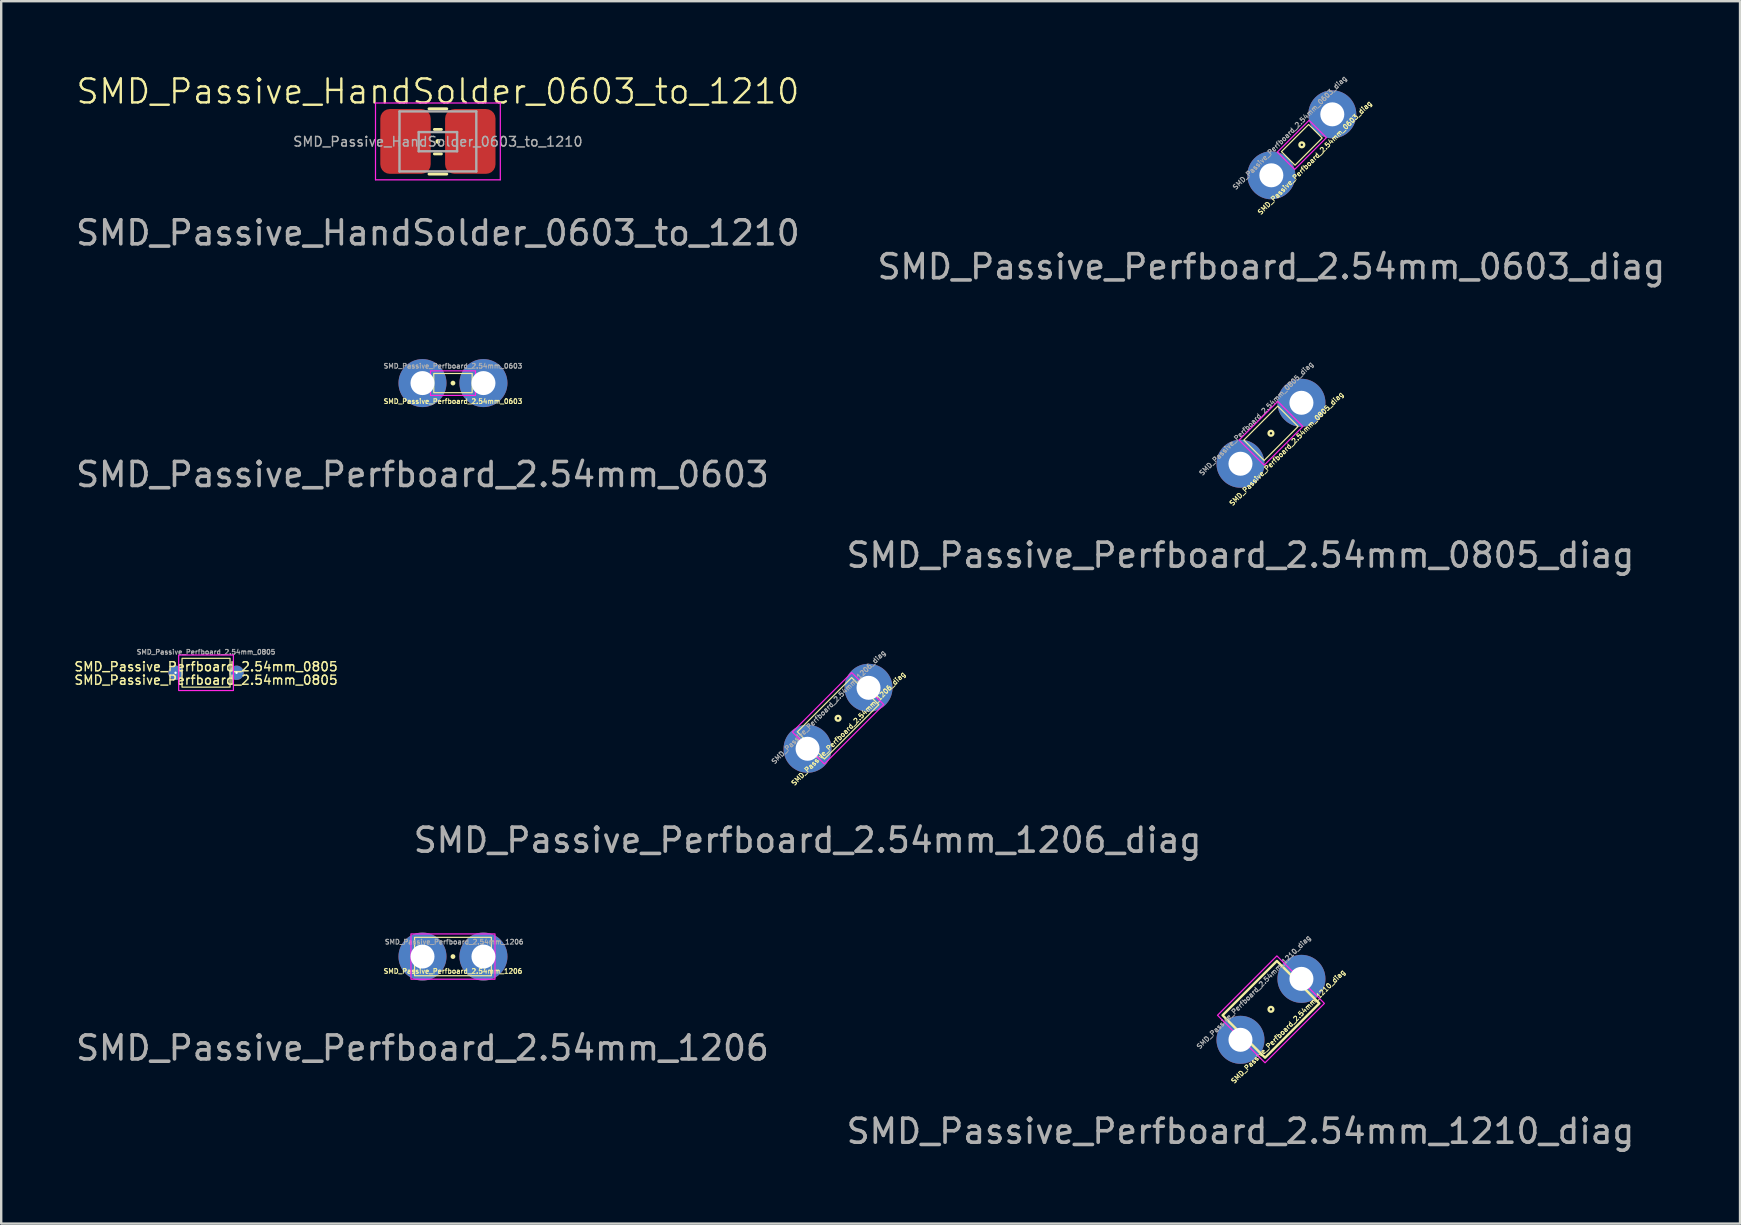
<source format=kicad_pcb>
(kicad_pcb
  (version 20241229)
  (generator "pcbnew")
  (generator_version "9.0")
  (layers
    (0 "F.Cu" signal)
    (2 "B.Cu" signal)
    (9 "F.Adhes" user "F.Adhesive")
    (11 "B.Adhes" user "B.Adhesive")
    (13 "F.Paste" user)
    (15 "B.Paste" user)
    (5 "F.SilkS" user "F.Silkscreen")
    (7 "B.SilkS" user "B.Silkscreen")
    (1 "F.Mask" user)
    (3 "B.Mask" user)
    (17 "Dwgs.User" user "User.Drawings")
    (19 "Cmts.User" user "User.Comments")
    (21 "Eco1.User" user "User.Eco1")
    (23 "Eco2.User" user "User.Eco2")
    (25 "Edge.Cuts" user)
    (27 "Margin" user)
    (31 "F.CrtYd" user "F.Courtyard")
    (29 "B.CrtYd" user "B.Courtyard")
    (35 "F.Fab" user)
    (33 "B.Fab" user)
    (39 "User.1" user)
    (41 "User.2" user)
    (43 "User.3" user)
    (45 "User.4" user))
  (footprint "SMD_Passive_Perfboard_2.54mm_1206"
    (layer "F.Cu")
    (at 14.554 36.807)
    (property "Reference" "SMD_Passive_Perfboard_2.54mm_1206" (at 1.27 0.61 0) (unlocked yes) (layer "F.SilkS") (effects (font (size 0.2 0.2) (thickness 0.04) (bold yes))))
    (attr smd)
    (fp_rect (start -0.33 -0.8) (end 2.87 0.8) (stroke (width 0.05) (type default)) (fill no) (layer "F.SilkS"))
    (fp_circle (center 1.27 0) (end 1.32 0) (stroke (width 0.1) (type default)) (fill no) (layer "F.SilkS"))
    (fp_rect (start -0.48 -0.943) (end 3.02 0.943) (stroke (width 0.05) (type default)) (fill no) (layer "F.CrtYd"))
    (fp_text user "${REFERENCE}" (at 1.321 -0.61 0) (layer "F.Fab") (effects (font (size 0.2 0.2) (thickness 0.04) (bold yes))))
    (fp_text user "${REFERENCE}" (at 0 3.81 0) (unlocked yes) (layer "F.Fab") (effects (font (size 1 1) (thickness 0.15))))
    (pad "1" thru_hole circle (at 0 0) (size 2 2) (drill 1) (layers "*.Cu" "*.Mask"))
    (pad "2" thru_hole circle (at 2.54 0) (size 2 2) (drill 1) (layers "*.Cu" "*.Mask")))
  (footprint "SMD_Passive_Perfboard_2.54mm_1206_diag"
    (layer "F.Cu")
    (at 30.599 28.149)
    (property "Reference" "SMD_Passive_Perfboard_2.54mm_1206_diag" (at 1.701 -0.839 45) (unlocked yes) (layer "F.SilkS") (effects (font (size 0.2 0.2) (thickness 0.04) (bold yes))))
    (attr smd)
    (fp_circle (center 1.27 -1.27) (end 1.305 -1.305) (stroke (width 0.1) (type default)) (fill no) (layer "F.SilkS"))
    (fp_poly (pts (xy -0.427 -0.704) (xy 1.836 -2.967) (xy 2.967 -1.836) (xy 0.704 0.427)) (stroke (width 0.05) (type default)) (fill no) (layer "F.SilkS"))
    (fp_poly (pts (xy -0.634 -0.699) (xy 1.841 -3.174) (xy 3.174 -1.841) (xy 0.699 0.634)) (stroke (width 0.05) (type default)) (fill no) (layer "F.CrtYd"))
    (fp_text user "${REFERENCE}" (at 0.875 -1.737 45) (layer "F.Fab") (effects (font (size 0.2 0.2) (thickness 0.04) (bold yes))))
    (fp_text user "${REFERENCE}" (at 0 3.81 0) (unlocked yes) (layer "F.Fab") (effects (font (size 1 1) (thickness 0.15))))
    (pad "1" thru_hole circle (at 0 0) (size 2 2) (drill 1) (layers "*.Cu" "*.Mask"))
    (pad "2" thru_hole circle (at 2.54 -2.54) (size 2 2) (drill 1) (layers "*.Cu" "*.Mask")))
  (footprint "SMD_Passive_Perfboard_2.54mm_0805"
    (layer "F.Cu")
    (at 4.265 24.982)
    (property "Reference" "SMD_Passive_Perfboard_2.54mm_0805" (at 1.27 -0.254 0) (unlocked yes) (layer "F.SilkS") (effects (font (size 0.38 0.38) (thickness 0.06))))
    (property "Value" "SMD_Passive_Perfboard_2.54mm_0805" (at 0 2.31 0) (unlocked yes) (layer "F.Fab") (hide yes) (effects (font (size 1 1) (thickness 0.15))))
    (attr smd)
    (fp_rect (start 0.27 -0.6) (end 2.27 0.6) (stroke (width 0.05) (type default)) (fill no) (layer "F.SilkS"))
    (fp_circle (center 0 0) (end 0.359 0) (stroke (width 0.1) (type solid)) (fill yes) (layer "F.Paste"))
    (fp_circle (center 2.54 0) (end 2.899 0) (stroke (width 0.1) (type solid)) (fill yes) (layer "F.Paste"))
    (fp_rect (start 0.13 -0.74) (end 2.41 0.74) (stroke (width 0.05) (type default)) (fill no) (layer "F.CrtYd"))
    (fp_text user "${VALUE}" (at 1.27 0.305 0) (unlocked yes) (layer "F.SilkS") (effects (font (size 0.38 0.38) (thickness 0.06))))
    (fp_text user "${REFERENCE}" (at 1.27 -0.864 0) (layer "F.Fab") (effects (font (size 0.2 0.2) (thickness 0.04) (bold yes))))
    (pad "1" thru_hole circle (at 0 0) (size 0.6 0.6) (drill 0.1) (layers "*.Cu" "*.Mask"))
    (pad "2" thru_hole circle (at 2.54 0) (size 0.6 0.6) (drill 0.1) (layers "*.Cu" "*.Mask")))
  (footprint "SMD_Passive_HandSolder_0603_to_1210"
    (layer "F.Cu")
    (at 15.196 2.843)
    (property "Reference" "SMD_Passive_HandSolder_0603_to_1210" (at 0 -2.083 0) (unlocked yes) (layer "F.SilkS") (effects (font (size 1 1) (thickness 0.1))))
    (attr smd)
    (fp_line (start -0.37 -1.36) (end 0.37 -1.36) (stroke (width 0.12) (type solid)) (layer "F.SilkS"))
    (fp_line (start -0.37 1.36) (end 0.37 1.36) (stroke (width 0.12) (type solid)) (layer "F.SilkS"))
    (fp_line (start -0.146 -0.5) (end 0.146 -0.5) (stroke (width 0.12) (type solid)) (layer "F.SilkS"))
    (fp_line (start -0.146 0.52) (end 0.146 0.52) (stroke (width 0.12) (type solid)) (layer "F.SilkS"))
    (fp_circle (center 0 0) (end 0.05 0) (stroke (width 0.1) (type default)) (fill no) (layer "F.SilkS"))
    (fp_line (start -2.6 -1.6) (end 2.6 -1.6) (stroke (width 0.05) (type solid)) (layer "F.CrtYd"))
    (fp_line (start -2.6 1.6) (end -2.6 -1.6) (stroke (width 0.05) (type solid)) (layer "F.CrtYd"))
    (fp_line (start 2.6 -1.6) (end 2.6 1.6) (stroke (width 0.05) (type solid)) (layer "F.CrtYd"))
    (fp_line (start 2.6 1.6) (end -2.6 1.6) (stroke (width 0.05) (type solid)) (layer "F.CrtYd"))
    (fp_line (start -1.6 -1.25) (end 1.6 -1.25) (stroke (width 0.1) (type solid)) (layer "F.Fab"))
    (fp_line (start -1.6 1.25) (end -1.6 -1.25) (stroke (width 0.1) (type solid)) (layer "F.Fab"))
    (fp_line (start -0.8 -0.39) (end 0.8 -0.39) (stroke (width 0.1) (type solid)) (layer "F.Fab"))
    (fp_line (start -0.8 0.41) (end -0.8 -0.39) (stroke (width 0.1) (type solid)) (layer "F.Fab"))
    (fp_line (start 0.8 -0.39) (end 0.8 0.41) (stroke (width 0.1) (type solid)) (layer "F.Fab"))
    (fp_line (start 0.8 0.41) (end -0.8 0.41) (stroke (width 0.1) (type solid)) (layer "F.Fab"))
    (fp_line (start 1.6 -1.25) (end 1.6 1.25) (stroke (width 0.1) (type solid)) (layer "F.Fab"))
    (fp_line (start 1.6 1.25) (end -1.6 1.25) (stroke (width 0.1) (type solid)) (layer "F.Fab"))
    (fp_text user "${REFERENCE}" (at 0 3.81 0) (unlocked yes) (layer "F.Fab") (effects (font (size 1 1) (thickness 0.15))))
    (fp_text user "${REFERENCE}" (at 0 0.01 0) (layer "F.Fab") (effects (font (size 0.4 0.4) (thickness 0.06))))
    (pad "1" smd roundrect (at -1.35 0) (size 2.1 2.7) (layers "F.Cu" "F.Mask" "F.Paste") (roundrect_rratio 0.189))
    (pad "2" smd roundrect (at 1.35 0) (size 2.1 2.7) (layers "F.Cu" "F.Mask" "F.Paste") (roundrect_rratio 0.189)))
  (footprint "SMD_Passive_Perfboard_2.54mm_0603"
    (layer "F.Cu")
    (at 14.554 12.912)
    (property "Reference" "SMD_Passive_Perfboard_2.54mm_0603" (at 1.27 0.762 0) (unlocked yes) (layer "F.SilkS") (effects (font (size 0.2 0.2) (thickness 0.04) (bold yes))))
    (attr smd)
    (fp_rect (start 0.47 -0.4) (end 2.07 0.4) (stroke (width 0.05) (type default)) (fill no) (layer "F.SilkS"))
    (fp_circle (center 1.27 0) (end 1.32 0) (stroke (width 0.1) (type default)) (fill no) (layer "F.SilkS"))
    (fp_rect (start 0.333 -0.508) (end 2.207 0.514) (stroke (width 0.05) (type default)) (fill no) (layer "F.CrtYd"))
    (fp_text user "${REFERENCE}" (at 1.27 -0.711 0) (layer "F.Fab") (effects (font (size 0.2 0.2) (thickness 0.04) (bold yes))))
    (fp_text user "${REFERENCE}" (at 0 3.81 0) (unlocked yes) (layer "F.Fab") (effects (font (size 1 1) (thickness 0.15))))
    (pad "1" thru_hole circle (at 0 0) (size 2 2) (drill 1) (layers "*.Cu" "*.Mask"))
    (pad "2" thru_hole circle (at 2.54 0) (size 2 2) (drill 1) (layers "*.Cu" "*.Mask")))
  (footprint "SMD_Passive_Perfboard_2.54mm_0805_diag"
    (layer "F.Cu")
    (at 48.637 16.273)
    (property "Reference" "SMD_Passive_Perfboard_2.54mm_0805_diag" (at 1.917 -0.623 45) (unlocked yes) (layer "F.SilkS") (effects (font (size 0.2 0.2) (thickness 0.04) (bold yes))))
    (attr smd)
    (fp_circle (center 1.27 -1.27) (end 1.305 -1.305) (stroke (width 0.1) (type default)) (fill no) (layer "F.SilkS"))
    (fp_poly (pts (xy 0.139 -0.987) (xy 1.553 -2.401) (xy 2.401 -1.553) (xy 0.987 -0.139)) (stroke (width 0.05) (type default)) (fill no) (layer "F.SilkS"))
    (fp_poly (pts (xy -0.059 -0.987) (xy 1.553 -2.599) (xy 2.599 -1.553) (xy 0.987 0.059)) (stroke (width 0.05) (type default)) (fill no) (layer "F.CrtYd"))
    (fp_text user "${REFERENCE}" (at 0 3.81 0) (unlocked yes) (layer "F.Fab") (effects (font (size 1 1) (thickness 0.15))))
    (fp_text user "${REFERENCE}" (at 0.659 -1.881 45) (layer "F.Fab") (effects (font (size 0.2 0.2) (thickness 0.04) (bold yes))))
    (pad "1" thru_hole circle (at 0 0) (size 2 2) (drill 1) (layers "*.Cu" "*.Mask"))
    (pad "2" thru_hole circle (at 2.54 -2.54) (size 2 2) (drill 1) (layers "*.Cu" "*.Mask")))
  (footprint "SMD_Passive_Perfboard_2.54mm_0603_diag"
    (layer "F.Cu")
    (at 49.923 4.254)
    (property "Reference" "SMD_Passive_Perfboard_2.54mm_0603_diag" (at 1.809 -0.731 45) (unlocked yes) (layer "F.SilkS") (effects (font (size 0.2 0.2) (thickness 0.04) (bold yes))))
    (attr smd)
    (fp_circle (center 1.27 -1.27) (end 1.305 -1.305) (stroke (width 0.1) (type default)) (fill no) (layer "F.SilkS"))
    (fp_poly (pts (xy 0.421 -0.987) (xy 1.553 -2.119) (xy 2.119 -1.553) (xy 0.987 -0.421)) (stroke (width 0.05) (type default)) (fill no) (layer "F.SilkS"))
    (fp_poly (pts (xy 0.248 -0.967) (xy 1.573 -2.292) (xy 2.296 -1.569) (xy 0.971 -0.244)) (stroke (width 0.05) (type default)) (fill no) (layer "F.CrtYd"))
    (fp_text user "${REFERENCE}" (at 0 3.81 0) (unlocked yes) (layer "F.Fab") (effects (font (size 1 1) (thickness 0.15))))
    (fp_text user "${REFERENCE}" (at 0.767 -1.773 45) (layer "F.Fab") (effects (font (size 0.2 0.2) (thickness 0.04) (bold yes))))
    (pad "1" thru_hole circle (at 0 0) (size 2 2) (drill 1) (layers "*.Cu" "*.Mask"))
    (pad "2" thru_hole circle (at 2.54 -2.54) (size 2 2) (drill 1) (layers "*.Cu" "*.Mask")))
  (footprint "SMD_Passive_Perfboard_2.54mm_1210_diag"
    (layer "F.Cu")
    (at 48.637 40.276)
    (property "Reference" "SMD_Passive_Perfboard_2.54mm_1210_diag" (at 1.988 -0.552 45) (unlocked yes) (layer "F.SilkS") (effects (font (size 0.2 0.2) (thickness 0.04) (bold yes))))
    (attr smd)
    (fp_circle (center 1.27 -1.27) (end 1.305 -1.305) (stroke (width 0.1) (type default)) (fill no) (layer "F.SilkS"))
    (fp_poly (pts (xy -0.745 -1.023) (xy 1.517 -3.285) (xy 3.285 -1.517) (xy 1.023 0.745)) (stroke (width 0.1) (type default)) (fill no) (layer "F.SilkS"))
    (fp_poly (pts (xy -0.957 -1.023) (xy 1.517 -3.497) (xy 3.497 -1.517) (xy 1.023 0.957)) (stroke (width 0.05) (type default)) (fill no) (layer "F.CrtYd"))
    (fp_text user "${REFERENCE}" (at 0 3.81 0) (unlocked yes) (layer "F.Fab") (effects (font (size 1 1) (thickness 0.15))))
    (fp_text user "${REFERENCE}" (at 0.552 -1.988 45) (layer "F.Fab") (effects (font (size 0.2 0.2) (thickness 0.04) (bold yes))))
    (pad "1" thru_hole circle (at 0 0) (size 2 2) (drill 1) (layers "*.Cu" "*.Mask"))
    (pad "2" thru_hole circle (at 2.54 -2.54) (size 2 2) (drill 1) (layers "*.Cu" "*.Mask")))
  (gr_rect
    (start -3 -3)
    (end 69.452 47.934)
    (stroke (width 0.1) (type default))
    (fill no)
    (layer "Edge.Cuts")))
</source>
